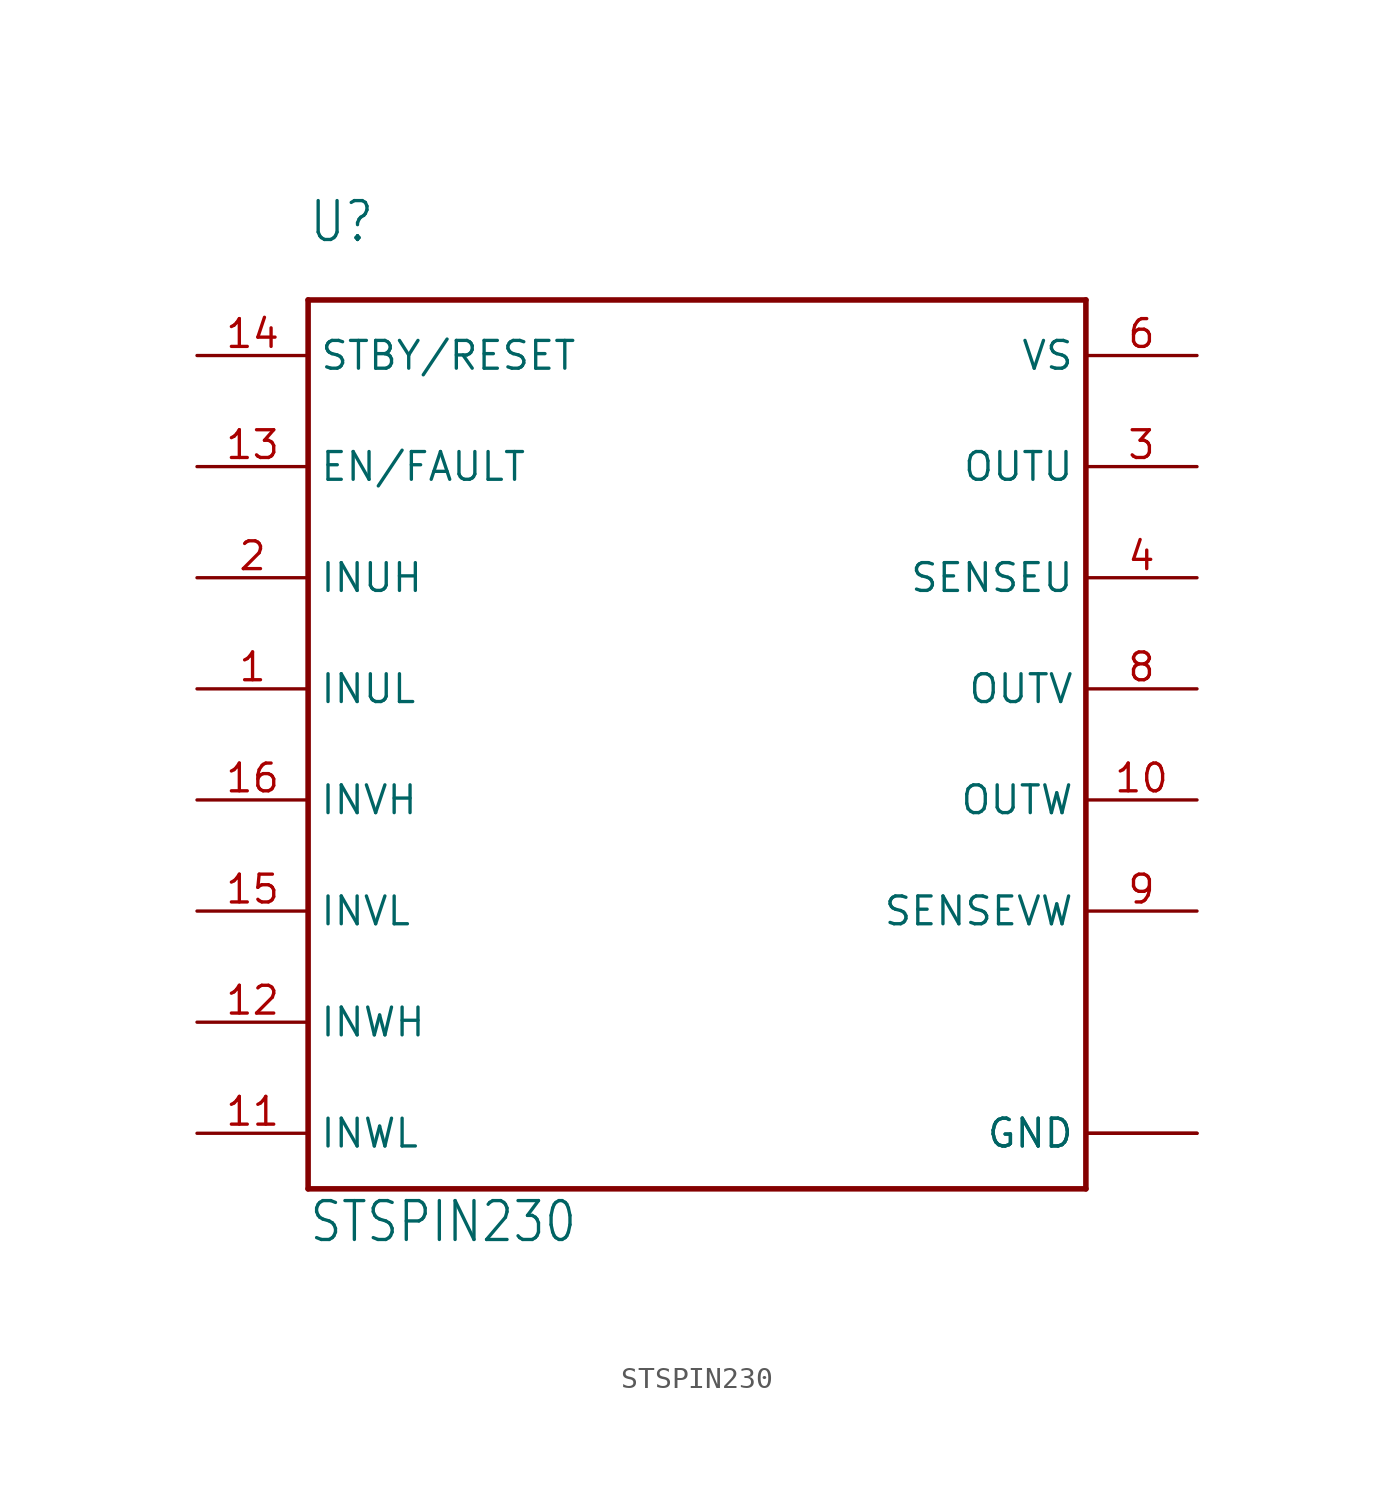
<source format=kicad_sym>
(kicad_symbol_lib
  (version 20211014)
  (generator kicad_symbol_editor)
  (symbol "STSPIN230"
    (property "Reference" "U"
      (at -17.78 22.86 0)
      (effects (font (size 1.778 1.511)) (justify left bottom)))
    (property "Value" "STSPIN230"
      (at -17.78 -22.86 0)
      (effects (font (size 1.778 1.511)) (justify left bottom)))
    (property "ki_locked" ""
      (at 0 0 0)
      (effects (font (size 1.27 1.27))))
    (symbol "STSPIN230_1_0"
      (polyline (pts (xy -17.78 -20.32) (xy 17.78 -20.32)) (stroke (width 0.254) (type default)) (fill (type none)))
      (polyline (pts (xy -17.78 20.32) (xy -17.78 -20.32)) (stroke (width 0.254) (type default)) (fill (type none)))
      (polyline (pts (xy 17.78 -20.32) (xy 17.78 20.32)) (stroke (width 0.254) (type default)) (fill (type none)))
      (polyline (pts (xy 17.78 20.32) (xy -17.78 20.32)) (stroke (width 0.254) (type default)) (fill (type none)))
      (pin input line (at -22.86 2.54 0) (length 5.08) (name "INUL" (effects (font (size 1.27 1.27)))) (number "1" (effects (font (size 1.27 1.27)))))
      (pin output line (at 22.86 -2.54 180) (length 5.08) (name "OUTW" (effects (font (size 1.27 1.27)))) (number "10" (effects (font (size 1.27 1.27)))))
      (pin input line (at -22.86 -17.78 0) (length 5.08) (name "INWL" (effects (font (size 1.27 1.27)))) (number "11" (effects (font (size 1.27 1.27)))))
      (pin input line (at -22.86 -12.7 0) (length 5.08) (name "INWH" (effects (font (size 1.27 1.27)))) (number "12" (effects (font (size 1.27 1.27)))))
      (pin bidirectional line (at -22.86 12.7 0) (length 5.08) (name "EN/FAULT" (effects (font (size 1.27 1.27)))) (number "13" (effects (font (size 1.27 1.27)))))
      (pin input line (at -22.86 17.78 0) (length 5.08) (name "STBY/RESET" (effects (font (size 1.27 1.27)))) (number "14" (effects (font (size 1.27 1.27)))))
      (pin input line (at -22.86 -7.62 0) (length 5.08) (name "INVL" (effects (font (size 1.27 1.27)))) (number "15" (effects (font (size 1.27 1.27)))))
      (pin input line (at -22.86 -2.54 0) (length 5.08) (name "INVH" (effects (font (size 1.27 1.27)))) (number "16" (effects (font (size 1.27 1.27)))))
      (pin input line (at -22.86 7.62 0) (length 5.08) (name "INUH" (effects (font (size 1.27 1.27)))) (number "2" (effects (font (size 1.27 1.27)))))
      (pin output line (at 22.86 12.7 180) (length 5.08) (name "OUTU" (effects (font (size 1.27 1.27)))) (number "3" (effects (font (size 1.27 1.27)))))
      (pin output line (at 22.86 7.62 180) (length 5.08) (name "SENSEU" (effects (font (size 1.27 1.27)))) (number "4" (effects (font (size 1.27 1.27)))))
      (pin power_in line (at 22.86 17.78 180) (length 5.08) (name "VS" (effects (font (size 1.27 1.27)))) (number "6" (effects (font (size 1.27 1.27)))))
      (pin power_in line (at 22.86 -17.78 180) (length 5.08) (name "GND" (effects (font (size 1.27 1.27)))) (number "7" (effects (font (size 0 0)))))
      (pin output line (at 22.86 2.54 180) (length 5.08) (name "OUTV" (effects (font (size 1.27 1.27)))) (number "8" (effects (font (size 1.27 1.27)))))
      (pin output line (at 22.86 -7.62 180) (length 5.08) (name "SENSEVW" (effects (font (size 1.27 1.27)))) (number "9" (effects (font (size 1.27 1.27)))))
      (pin power_in line (at 22.86 -17.78 180) (length 5.08) (name "GND" (effects (font (size 1.27 1.27)))) (number "EPAD" (effects (font (size 0 0))))))))
</source>
